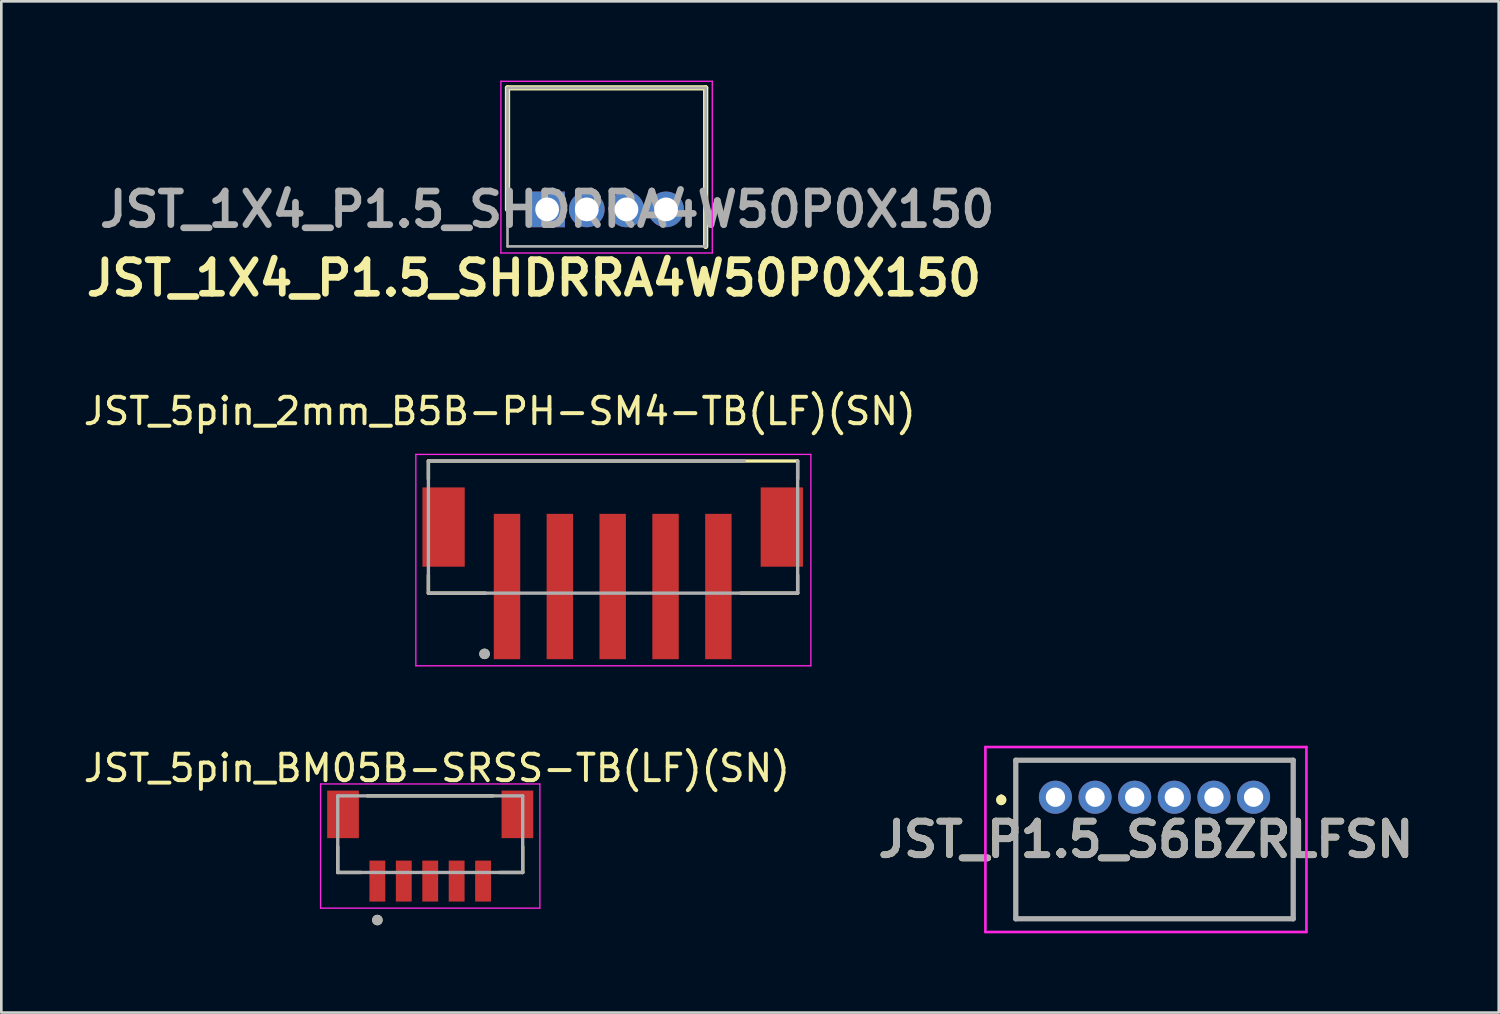
<source format=kicad_pcb>
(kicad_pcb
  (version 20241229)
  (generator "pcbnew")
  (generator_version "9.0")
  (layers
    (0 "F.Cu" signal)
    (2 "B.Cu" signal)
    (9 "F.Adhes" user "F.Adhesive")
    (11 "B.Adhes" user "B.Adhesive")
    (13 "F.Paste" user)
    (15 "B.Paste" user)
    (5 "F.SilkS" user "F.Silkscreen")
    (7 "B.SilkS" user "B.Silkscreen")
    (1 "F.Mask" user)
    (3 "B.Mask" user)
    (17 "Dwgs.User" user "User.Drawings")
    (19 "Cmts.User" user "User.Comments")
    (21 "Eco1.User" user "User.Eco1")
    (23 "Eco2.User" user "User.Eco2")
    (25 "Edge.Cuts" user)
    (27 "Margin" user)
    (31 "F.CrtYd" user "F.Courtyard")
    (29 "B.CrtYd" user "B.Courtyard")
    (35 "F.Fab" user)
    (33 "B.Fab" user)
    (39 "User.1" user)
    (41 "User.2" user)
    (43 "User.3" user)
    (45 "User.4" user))
  (footprint "JST_1X4_P1.5_SHDRRA4W50P0X150"
    (layer "F.Cu")
    (at 17.657 4.875)
    (property "Reference" "JST_1X4_P1.5_SHDRRA4W50P0X150" (at -0.5 2.6 0) (layer "F.SilkS") (effects (font (size 1.27 1.27) (thickness 0.254))))
    (attr through_hole)
    (fp_line (start -1.5 -4.6) (end 6 -4.6) (stroke (width 0.2) (type solid)) (layer "F.SilkS"))
    (fp_line (start -1.5 0) (end -1.5 -4.6) (stroke (width 0.2) (type solid)) (layer "F.SilkS"))
    (fp_line (start 6 -4.6) (end 6 1.4) (stroke (width 0.2) (type solid)) (layer "F.SilkS"))
    (fp_line (start -1.75 -4.85) (end -1.75 1.65) (stroke (width 0.05) (type solid)) (layer "F.CrtYd"))
    (fp_line (start -1.75 1.65) (end 6.25 1.65) (stroke (width 0.05) (type solid)) (layer "F.CrtYd"))
    (fp_line (start 6.25 -4.85) (end -1.75 -4.85) (stroke (width 0.05) (type solid)) (layer "F.CrtYd"))
    (fp_line (start 6.25 1.65) (end 6.25 -4.85) (stroke (width 0.05) (type solid)) (layer "F.CrtYd"))
    (fp_line (start -1.5 -4.6) (end 6 -4.6) (stroke (width 0.1) (type solid)) (layer "F.Fab"))
    (fp_line (start -1.5 1.4) (end -1.5 -4.6) (stroke (width 0.1) (type solid)) (layer "F.Fab"))
    (fp_line (start 6 -4.6) (end 6 1.4) (stroke (width 0.1) (type solid)) (layer "F.Fab"))
    (fp_line (start 6 1.4) (end -1.5 1.4) (stroke (width 0.1) (type solid)) (layer "F.Fab"))
    (fp_text user "${REFERENCE}" (at 0 0 0) (layer "F.Fab") (effects (font (size 1.27 1.27) (thickness 0.254))))
    (pad "1" thru_hole rect (at 0 0) (size 1.35 1.35) (drill 0.9) (layers "*.Cu" "*.Mask"))
    (pad "2" thru_hole circle (at 1.5 0) (size 1.35 1.35) (drill 0.9) (layers "*.Cu" "*.Mask"))
    (pad "3" thru_hole circle (at 3 0) (size 1.35 1.35) (drill 0.9) (layers "*.Cu" "*.Mask"))
    (pad "4" thru_hole circle (at 4.5 0) (size 1.35 1.35) (drill 0.9) (layers "*.Cu" "*.Mask")))
  (footprint "JST_5pin_BM05B-SRSS-TB(LF)(SN)"
    (layer "F.Cu")
    (at 13.232 27.77)
    (property "Reference" "JST_5pin_BM05B-SRSS-TB(LF)(SN)" (at 0.25 -1.75 0) (layer "F.SilkS") (effects (font (size 1 1) (thickness 0.15))))
    (attr smd)
    (fp_line (start -3.5 2.2) (end -3.5 1.22) (stroke (width 0.127) (type solid)) (layer "F.SilkS"))
    (fp_line (start -2.62 2.2) (end -3.5 2.2) (stroke (width 0.127) (type solid)) (layer "F.SilkS"))
    (fp_line (start -2.38 -0.7) (end 2.38 -0.7) (stroke (width 0.127) (type solid)) (layer "F.SilkS"))
    (fp_line (start 3.5 2.2) (end 2.62 2.2) (stroke (width 0.127) (type solid)) (layer "F.SilkS"))
    (fp_line (start 3.5 2.2) (end 3.5 1.22) (stroke (width 0.127) (type solid)) (layer "F.SilkS"))
    (fp_circle (center -2 4) (end -1.9 4) (stroke (width 0.2) (type solid)) (fill no) (layer "F.SilkS"))
    (fp_line (start -4.15 -1.15) (end -4.15 3.55) (stroke (width 0.05) (type solid)) (layer "F.CrtYd"))
    (fp_line (start -4.15 3.55) (end 4.15 3.55) (stroke (width 0.05) (type solid)) (layer "F.CrtYd"))
    (fp_line (start 4.15 -1.15) (end -4.15 -1.15) (stroke (width 0.05) (type solid)) (layer "F.CrtYd"))
    (fp_line (start 4.15 3.55) (end 4.15 -1.15) (stroke (width 0.05) (type solid)) (layer "F.CrtYd"))
    (fp_line (start -3.5 -0.7) (end 3.5 -0.7) (stroke (width 0.127) (type solid)) (layer "F.Fab"))
    (fp_line (start -3.5 2.2) (end -3.5 -0.7) (stroke (width 0.127) (type solid)) (layer "F.Fab"))
    (fp_line (start 3.5 -0.7) (end 3.5 2.2) (stroke (width 0.127) (type solid)) (layer "F.Fab"))
    (fp_line (start 3.5 2.2) (end -3.5 2.2) (stroke (width 0.127) (type solid)) (layer "F.Fab"))
    (fp_circle (center -2 4) (end -1.9 4) (stroke (width 0.2) (type solid)) (fill no) (layer "F.Fab"))
    (pad "1" smd rect (at -2 2.525) (size 0.6 1.55) (layers "F.Cu" "F.Mask" "F.Paste"))
    (pad "2" smd rect (at -1 2.525) (size 0.6 1.55) (layers "F.Cu" "F.Mask" "F.Paste"))
    (pad "3" smd rect (at 0 2.525) (size 0.6 1.55) (layers "F.Cu" "F.Mask" "F.Paste"))
    (pad "4" smd rect (at 1 2.525) (size 0.6 1.55) (layers "F.Cu" "F.Mask" "F.Paste"))
    (pad "5" smd rect (at 2 2.525) (size 0.6 1.55) (layers "F.Cu" "F.Mask" "F.Paste"))
    (pad "S1" smd rect (at -3.3 0) (size 1.2 1.8) (layers "F.Cu" "F.Mask" "F.Paste"))
    (pad "S2" smd rect (at 3.3 0) (size 1.2 1.8) (layers "F.Cu" "F.Mask" "F.Paste")))
  (footprint "JST_5pin_2mm_B5B-PH-SM4-TB(LF)(SN)"
    (layer "F.Cu")
    (at 19.138 16.897)
    (property "Reference" "JST_5pin_2mm_B5B-PH-SM4-TB(LF)(SN)" (at -3.275 -4.385 0) (layer "F.SilkS") (effects (font (size 1 1) (thickness 0.15))))
    (attr smd)
    (fp_line (start -5.975 -2.5) (end 8 -2.5) (stroke (width 0.127) (type solid)) (layer "F.SilkS"))
    (fp_line (start -5.975 -1.82) (end -5.975 -2.5) (stroke (width 0.127) (type solid)) (layer "F.SilkS"))
    (fp_line (start -5.975 2.5) (end -5.975 1.82) (stroke (width 0.127) (type solid)) (layer "F.SilkS"))
    (fp_line (start -3.82 2.5) (end -5.975 2.5) (stroke (width 0.127) (type solid)) (layer "F.SilkS"))
    (fp_line (start 8 -2.5) (end 8 -1.82) (stroke (width 0.127) (type solid)) (layer "F.SilkS"))
    (fp_line (start 8 2.5) (end 5.845 2.5) (stroke (width 0.127) (type solid)) (layer "F.SilkS"))
    (fp_line (start 8 2.5) (end 8 1.82) (stroke (width 0.127) (type solid)) (layer "F.SilkS"))
    (fp_circle (center -3.85 4.8) (end -3.75 4.8) (stroke (width 0.2) (type solid)) (fill no) (layer "F.SilkS"))
    (fp_line (start -6.45 -2.75) (end -6.45 5.25) (stroke (width 0.05) (type solid)) (layer "F.CrtYd"))
    (fp_line (start -6.45 5.25) (end 8.5 5.25) (stroke (width 0.05) (type solid)) (layer "F.CrtYd"))
    (fp_line (start 8.5 -2.75) (end -6.45 -2.75) (stroke (width 0.05) (type solid)) (layer "F.CrtYd"))
    (fp_line (start 8.5 5.25) (end 8.5 -2.75) (stroke (width 0.05) (type solid)) (layer "F.CrtYd"))
    (fp_line (start -5.975 -2.5) (end 5.975 -2.5) (stroke (width 0.127) (type solid)) (layer "F.Fab"))
    (fp_line (start -5.975 2.5) (end -5.975 -2.5) (stroke (width 0.127) (type solid)) (layer "F.Fab"))
    (fp_line (start 8 -2.5) (end 8 2.5) (stroke (width 0.127) (type solid)) (layer "F.Fab"))
    (fp_line (start 8 2.5) (end -5.975 2.5) (stroke (width 0.127) (type solid)) (layer "F.Fab"))
    (fp_circle (center -3.85 4.8) (end -3.75 4.8) (stroke (width 0.2) (type solid)) (fill no) (layer "F.Fab"))
    (pad "1" smd rect (at -3 2.25) (size 1 5.5) (layers "F.Cu" "F.Mask" "F.Paste"))
    (pad "2" smd rect (at -1 2.25) (size 1 5.5) (layers "F.Cu" "F.Mask" "F.Paste"))
    (pad "3" smd rect (at 1 2.25) (size 1 5.5) (layers "F.Cu" "F.Mask" "F.Paste"))
    (pad "4" smd rect (at 3 2.25) (size 1 5.5) (layers "F.Cu" "F.Mask" "F.Paste"))
    (pad "5" smd rect (at 5 2.25) (size 1 5.5) (layers "F.Cu" "F.Mask" "F.Paste"))
    (pad "SH1" smd rect (at -5.4 0) (size 1.6 3) (layers "F.Cu" "F.Mask" "F.Paste"))
    (pad "SH2" smd rect (at 7.4 0) (size 1.6 3) (layers "F.Cu" "F.Mask" "F.Paste")))
  (footprint "JST_P1.5_S6BZRLFSN"
    (layer "F.Cu")
    (at 36.893 27.122)
    (property "Reference" "JST_P1.5_S6BZRLFSN" (at 3.425 1.6 0) (layer "F.SilkS") (effects (font (size 1.27 1.27) (thickness 0.254))))
    (attr through_hole)
    (fp_line (start -2.05 0) (end -2.05 0) (stroke (width 0.2) (type solid)) (layer "F.SilkS"))
    (fp_line (start -2.05 0.2) (end -2.05 0.2) (stroke (width 0.2) (type solid)) (layer "F.SilkS"))
    (fp_line (start -1.5 -1.4) (end 9 -1.4) (stroke (width 0.1) (type solid)) (layer "F.SilkS"))
    (fp_line (start -1.5 4.6) (end -1.5 -1.4) (stroke (width 0.1) (type solid)) (layer "F.SilkS"))
    (fp_line (start 9 -1.4) (end 9 4.6) (stroke (width 0.1) (type solid)) (layer "F.SilkS"))
    (fp_line (start 9 4.6) (end -1.5 4.6) (stroke (width 0.1) (type solid)) (layer "F.SilkS"))
    (fp_arc (start -2.05 0) (mid -1.95 0.1) (end -2.05 0.2) (stroke (width 0.2) (type solid)) (layer "F.SilkS"))
    (fp_arc (start -2.05 0.2) (mid -2.15 0.1) (end -2.05 0) (stroke (width 0.2) (type solid)) (layer "F.SilkS"))
    (fp_line (start -2.65 -1.9) (end 9.5 -1.9) (stroke (width 0.1) (type solid)) (layer "F.CrtYd"))
    (fp_line (start -2.65 5.1) (end -2.65 -1.9) (stroke (width 0.1) (type solid)) (layer "F.CrtYd"))
    (fp_line (start 9.5 -1.9) (end 9.5 5.1) (stroke (width 0.1) (type solid)) (layer "F.CrtYd"))
    (fp_line (start 9.5 5.1) (end -2.65 5.1) (stroke (width 0.1) (type solid)) (layer "F.CrtYd"))
    (fp_line (start -1.5 -1.4) (end 9 -1.4) (stroke (width 0.2) (type solid)) (layer "F.Fab"))
    (fp_line (start -1.5 4.6) (end -1.5 -1.4) (stroke (width 0.2) (type solid)) (layer "F.Fab"))
    (fp_line (start 9 -1.4) (end 9 4.6) (stroke (width 0.2) (type solid)) (layer "F.Fab"))
    (fp_line (start 9 4.6) (end -1.5 4.6) (stroke (width 0.2) (type solid)) (layer "F.Fab"))
    (fp_text user "${REFERENCE}" (at 3.425 1.6 0) (layer "F.Fab") (effects (font (size 1.27 1.27) (thickness 0.254))))
    (pad "1" thru_hole circle (at 0 0) (size 1.251 1.251) (drill 0.73) (layers "*.Cu" "*.Mask"))
    (pad "2" thru_hole circle (at 1.5 0) (size 1.251 1.251) (drill 0.73) (layers "*.Cu" "*.Mask"))
    (pad "3" thru_hole circle (at 3 0) (size 1.251 1.251) (drill 0.73) (layers "*.Cu" "*.Mask"))
    (pad "4" thru_hole circle (at 4.5 0) (size 1.251 1.251) (drill 0.73) (layers "*.Cu" "*.Mask"))
    (pad "5" thru_hole circle (at 6 0) (size 1.251 1.251) (drill 0.73) (layers "*.Cu" "*.Mask"))
    (pad "6" thru_hole circle (at 7.5 0) (size 1.251 1.251) (drill 0.73) (layers "*.Cu" "*.Mask")))
  (gr_rect
    (start -3 -3)
    (end 53.671 35.272)
    (stroke (width 0.1) (type default))
    (fill no)
    (layer "Edge.Cuts")))
</source>
